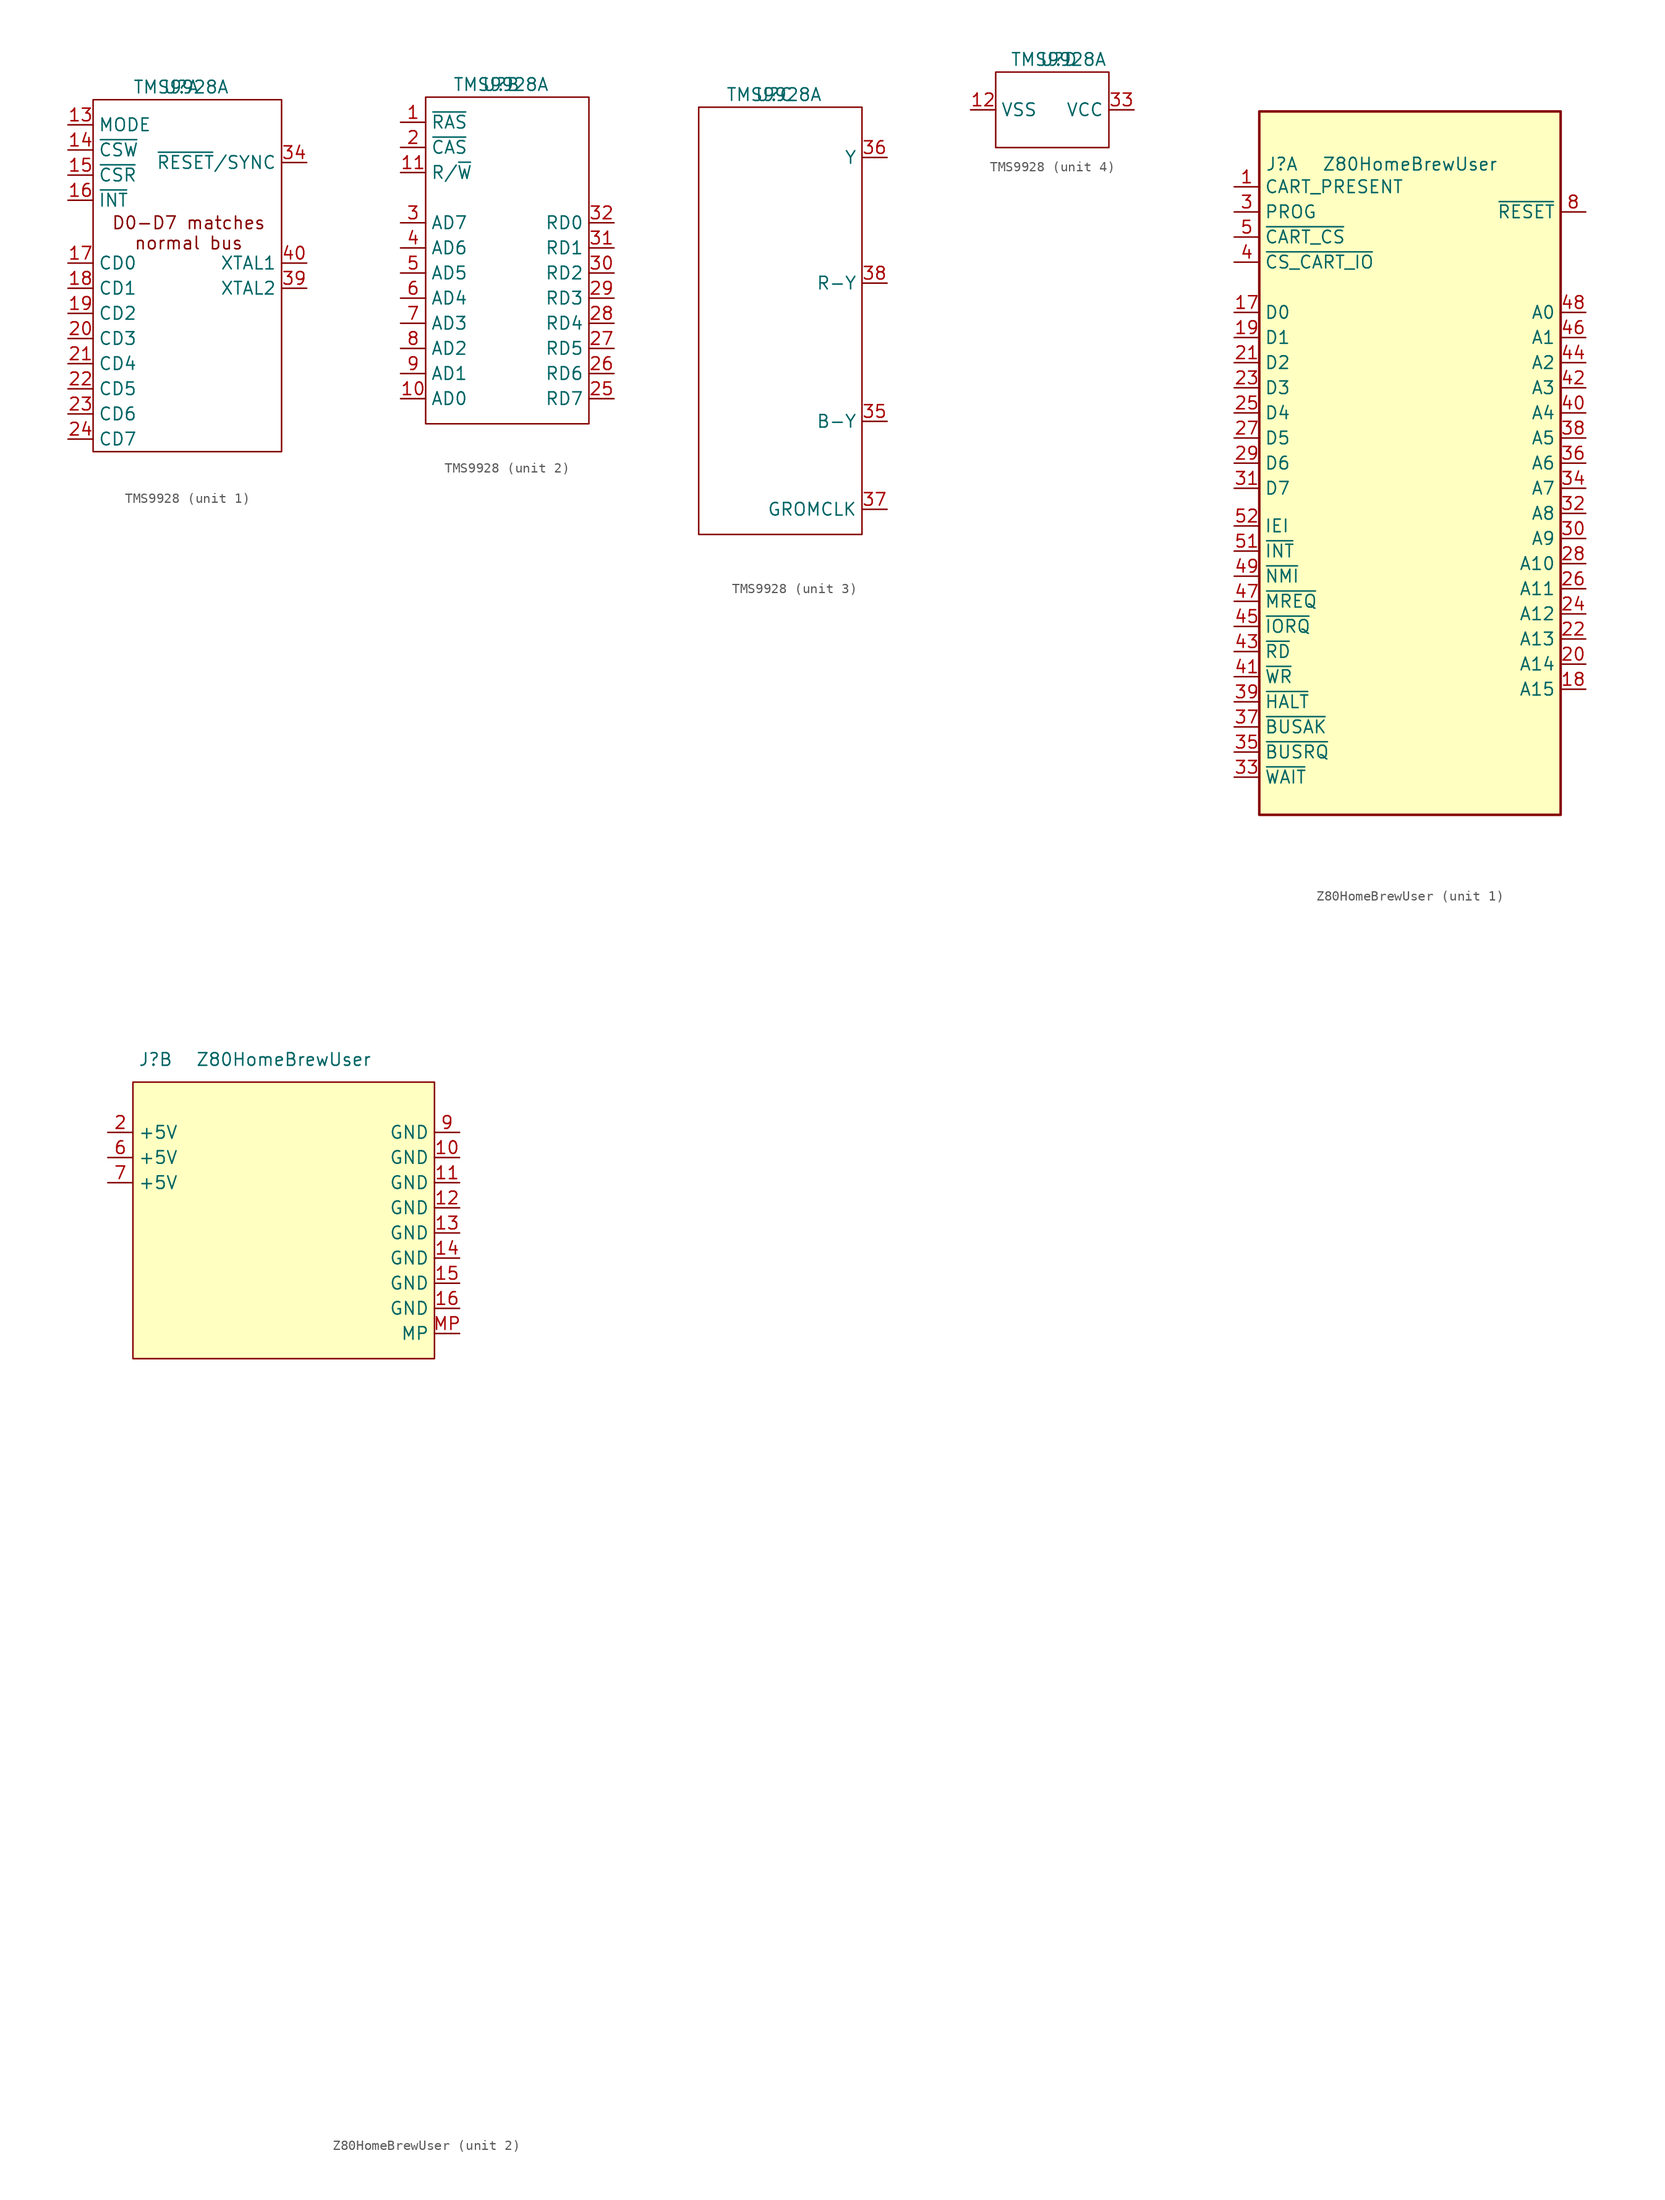
<source format=kicad_sym>
(kicad_symbol_lib
  (version 20241209)
  (generator "kicad_symbol_editor")
  (generator_version "9.0")
  (symbol "TMS9928"
    (property "Reference" "U"
      (at 0 0 0)
      (effects (font (size 1.27 1.27))))
    (property "Value" "TMS9928A"
      (at 0 0 0)
      (effects (font (size 1.27 1.27))))
    (property "ki_locked" ""
      (at 0 0 0)
      (effects (font (size 1.27 1.27))))
    (symbol "TMS9928_1_0"
      (pin input line (at -11.43 -3.81 0) (length 2.54) (name "MODE" (effects (font (size 1.27 1.27)))) (number "13" (effects (font (size 1.27 1.27)))))
      (pin input line (at -11.43 -6.35 0) (length 2.54) (name "~{CSW}" (effects (font (size 1.27 1.27)))) (number "14" (effects (font (size 1.27 1.27)))))
      (pin input line (at -11.43 -8.89 0) (length 2.54) (name "~{CSR}" (effects (font (size 1.27 1.27)))) (number "15" (effects (font (size 1.27 1.27)))))
      (pin open_collector line (at -11.43 -11.43 0) (length 2.54) (name "~{INT}" (effects (font (size 1.27 1.27)))) (number "16" (effects (font (size 1.27 1.27)))))
      (pin bidirectional line (at -11.43 -17.78 0) (length 2.54) (name "CD0" (effects (font (size 1.27 1.27)))) (number "17" (effects (font (size 1.27 1.27)))))
      (pin bidirectional line (at -11.43 -20.32 0) (length 2.54) (name "CD1" (effects (font (size 1.27 1.27)))) (number "18" (effects (font (size 1.27 1.27)))))
      (pin bidirectional line (at -11.43 -22.86 0) (length 2.54) (name "CD2" (effects (font (size 1.27 1.27)))) (number "19" (effects (font (size 1.27 1.27)))))
      (pin bidirectional line (at -11.43 -25.4 0) (length 2.54) (name "CD3" (effects (font (size 1.27 1.27)))) (number "20" (effects (font (size 1.27 1.27)))))
      (pin bidirectional line (at -11.43 -27.94 0) (length 2.54) (name "CD4" (effects (font (size 1.27 1.27)))) (number "21" (effects (font (size 1.27 1.27)))))
      (pin bidirectional line (at -11.43 -30.48 0) (length 2.54) (name "CD5" (effects (font (size 1.27 1.27)))) (number "22" (effects (font (size 1.27 1.27)))))
      (pin bidirectional line (at -11.43 -33.02 0) (length 2.54) (name "CD6" (effects (font (size 1.27 1.27)))) (number "23" (effects (font (size 1.27 1.27)))))
      (pin bidirectional line (at -11.43 -35.56 0) (length 2.54) (name "CD7" (effects (font (size 1.27 1.27)))) (number "24" (effects (font (size 1.27 1.27)))))
      (pin input line (at 12.7 -7.62 180) (length 2.54) (name "~{RESET}/SYNC" (effects (font (size 1.27 1.27)))) (number "34" (effects (font (size 1.27 1.27)))))
      (pin input line (at 12.7 -17.78 180) (length 2.54) (name "XTAL1" (effects (font (size 1.27 1.27)))) (number "40" (effects (font (size 1.27 1.27)))))
      (pin input line (at 12.7 -20.32 180) (length 2.54) (name "XTAL2" (effects (font (size 1.27 1.27)))) (number "39" (effects (font (size 1.27 1.27))))))
    (symbol "TMS9928_1_1"
      (rectangle (start -8.89 -1.27) (end 10.16 -36.83) (stroke (width 0) (type solid)) (fill (type none)))
      (text "D0-D7 matches\nnormal bus" (at 0.762 -14.732 0) (effects (font (size 1.27 1.27)))))
    (symbol "TMS9928_2_0"
      (pin output line (at -10.16 -3.81 0) (length 2.54) (name "~{RAS}" (effects (font (size 1.27 1.27)))) (number "1" (effects (font (size 1.27 1.27)))))
      (pin output line (at -10.16 -6.35 0) (length 2.54) (name "~{CAS}" (effects (font (size 1.27 1.27)))) (number "2" (effects (font (size 1.27 1.27)))))
      (pin output line (at -10.16 -8.89 0) (length 2.54) (name "R/~{W}" (effects (font (size 1.27 1.27)))) (number "11" (effects (font (size 1.27 1.27)))))
      (pin output line (at -10.16 -13.97 0) (length 2.54) (name "AD7" (effects (font (size 1.27 1.27)))) (number "3" (effects (font (size 1.27 1.27)))))
      (pin output line (at -10.16 -16.51 0) (length 2.54) (name "AD6" (effects (font (size 1.27 1.27)))) (number "4" (effects (font (size 1.27 1.27)))))
      (pin output line (at -10.16 -19.05 0) (length 2.54) (name "AD5" (effects (font (size 1.27 1.27)))) (number "5" (effects (font (size 1.27 1.27)))))
      (pin output line (at -10.16 -21.59 0) (length 2.54) (name "AD4" (effects (font (size 1.27 1.27)))) (number "6" (effects (font (size 1.27 1.27)))))
      (pin output line (at -10.16 -24.13 0) (length 2.54) (name "AD3" (effects (font (size 1.27 1.27)))) (number "7" (effects (font (size 1.27 1.27)))))
      (pin output line (at -10.16 -26.67 0) (length 2.54) (name "AD2" (effects (font (size 1.27 1.27)))) (number "8" (effects (font (size 1.27 1.27)))))
      (pin output line (at -10.16 -29.21 0) (length 2.54) (name "AD1" (effects (font (size 1.27 1.27)))) (number "9" (effects (font (size 1.27 1.27)))))
      (pin output line (at -10.16 -31.75 0) (length 2.54) (name "AD0" (effects (font (size 1.27 1.27)))) (number "10" (effects (font (size 1.27 1.27)))))
      (pin input line (at 11.43 -13.97 180) (length 2.54) (name "RD0" (effects (font (size 1.27 1.27)))) (number "32" (effects (font (size 1.27 1.27)))))
      (pin input line (at 11.43 -16.51 180) (length 2.54) (name "RD1" (effects (font (size 1.27 1.27)))) (number "31" (effects (font (size 1.27 1.27)))))
      (pin input line (at 11.43 -19.05 180) (length 2.54) (name "RD2" (effects (font (size 1.27 1.27)))) (number "30" (effects (font (size 1.27 1.27)))))
      (pin input line (at 11.43 -21.59 180) (length 2.54) (name "RD3" (effects (font (size 1.27 1.27)))) (number "29" (effects (font (size 1.27 1.27)))))
      (pin input line (at 11.43 -24.13 180) (length 2.54) (name "RD4" (effects (font (size 1.27 1.27)))) (number "28" (effects (font (size 1.27 1.27)))))
      (pin input line (at 11.43 -26.67 180) (length 2.54) (name "RD5" (effects (font (size 1.27 1.27)))) (number "27" (effects (font (size 1.27 1.27)))))
      (pin input line (at 11.43 -29.21 180) (length 2.54) (name "RD6" (effects (font (size 1.27 1.27)))) (number "26" (effects (font (size 1.27 1.27)))))
      (pin input line (at 11.43 -31.75 180) (length 2.54) (name "RD7" (effects (font (size 1.27 1.27)))) (number "25" (effects (font (size 1.27 1.27))))))
    (symbol "TMS9928_2_1"
      (rectangle (start -7.62 -1.27) (end 8.89 -34.29) (stroke (width 0) (type solid)) (fill (type none))))
    (symbol "TMS9928_3_0"
      (pin output line (at 11.43 -6.35 180) (length 2.54) (name "Y" (effects (font (size 1.27 1.27)))) (number "36" (effects (font (size 1.27 1.27)))))
      (pin output line (at 11.43 -19.05 180) (length 2.54) (name "R-Y" (effects (font (size 1.27 1.27)))) (number "38" (effects (font (size 1.27 1.27)))))
      (pin output line (at 11.43 -33.02 180) (length 2.54) (name "B-Y" (effects (font (size 1.27 1.27)))) (number "35" (effects (font (size 1.27 1.27)))))
      (pin output line (at 11.43 -41.91 180) (length 2.54) (name "GROMCLK" (effects (font (size 1.27 1.27)))) (number "37" (effects (font (size 1.27 1.27))))))
    (symbol "TMS9928_3_1"
      (rectangle (start -7.62 -1.27) (end 8.89 -44.45) (stroke (width 0) (type default)) (fill (type none))))
    (symbol "TMS9928_4_0"
      (pin power_out line (at -8.89 -5.08 0) (length 2.54) (name "VSS" (effects (font (size 1.27 1.27)))) (number "12" (effects (font (size 1.27 1.27)))))
      (pin power_out line (at 7.62 -5.08 180) (length 2.54) (name "VCC" (effects (font (size 1.27 1.27)))) (number "33" (effects (font (size 1.27 1.27))))))
    (symbol "TMS9928_4_1"
      (rectangle (start -6.35 -1.27) (end 5.08 -8.89) (stroke (width 0) (type default)) (fill (type none)))))
  (symbol "Z80HomeBrewUser"
    (property "Reference" "J"
      (at -12.954 25.146 0)
      (effects (font (size 1.27 1.27))))
    (property "Value" "Z80HomeBrewUser"
      (at 0 25.146 0)
      (effects (font (size 1.27 1.27))))
    (property "ki_locked" ""
      (at 0 0 0)
      (effects (font (size 1.27 1.27))))
    (symbol "Z80HomeBrewUser_1_1"
      (rectangle (start -15.24 30.48) (end 15.24 -40.64) (stroke (width 0.254) (type solid)) (fill (type background)))
      (pin output line (at -17.78 22.86 0) (length 2.54) (name "CART_PRESENT" (effects (font (size 1.27 1.27)))) (number "1" (effects (font (size 1.27 1.27)))))
      (pin output line (at -17.78 20.32 0) (length 2.54) (name "PROG" (effects (font (size 1.27 1.27)))) (number "3" (effects (font (size 1.27 1.27)))))
      (pin input line (at -17.78 17.78 0) (length 2.54) (name "~{CART_CS}" (effects (font (size 1.27 1.27)))) (number "5" (effects (font (size 1.27 1.27)))))
      (pin input line (at -17.78 15.24 0) (length 2.54) (name "~{CS_CART_IO}" (effects (font (size 1.27 1.27)))) (number "4" (effects (font (size 1.27 1.27)))))
      (pin bidirectional line (at -17.78 10.16 0) (length 2.54) (name "D0" (effects (font (size 1.27 1.27)))) (number "17" (effects (font (size 1.27 1.27)))))
      (pin bidirectional line (at -17.78 7.62 0) (length 2.54) (name "D1" (effects (font (size 1.27 1.27)))) (number "19" (effects (font (size 1.27 1.27)))))
      (pin bidirectional line (at -17.78 5.08 0) (length 2.54) (name "D2" (effects (font (size 1.27 1.27)))) (number "21" (effects (font (size 1.27 1.27)))))
      (pin bidirectional line (at -17.78 2.54 0) (length 2.54) (name "D3" (effects (font (size 1.27 1.27)))) (number "23" (effects (font (size 1.27 1.27)))))
      (pin bidirectional line (at -17.78 0 0) (length 2.54) (name "D4" (effects (font (size 1.27 1.27)))) (number "25" (effects (font (size 1.27 1.27)))))
      (pin bidirectional line (at -17.78 -2.54 0) (length 2.54) (name "D5" (effects (font (size 1.27 1.27)))) (number "27" (effects (font (size 1.27 1.27)))))
      (pin bidirectional line (at -17.78 -5.08 0) (length 2.54) (name "D6" (effects (font (size 1.27 1.27)))) (number "29" (effects (font (size 1.27 1.27)))))
      (pin bidirectional line (at -17.78 -7.62 0) (length 2.54) (name "D7" (effects (font (size 1.27 1.27)))) (number "31" (effects (font (size 1.27 1.27)))))
      (pin input line (at -17.78 -11.43 0) (length 2.54) (name "IEI" (effects (font (size 1.27 1.27)))) (number "52" (effects (font (size 1.27 1.27)))))
      (pin open_collector line (at -17.78 -13.97 0) (length 2.54) (name "~{INT}" (effects (font (size 1.27 1.27)))) (number "51" (effects (font (size 1.27 1.27)))))
      (pin open_collector line (at -17.78 -16.51 0) (length 2.54) (name "~{NMI}" (effects (font (size 1.27 1.27)))) (number "49" (effects (font (size 1.27 1.27)))))
      (pin input line (at -17.78 -19.05 0) (length 2.54) (name "~{MREQ}" (effects (font (size 1.27 1.27)))) (number "47" (effects (font (size 1.27 1.27)))))
      (pin input line (at -17.78 -21.59 0) (length 2.54) (name "~{IORQ}" (effects (font (size 1.27 1.27)))) (number "45" (effects (font (size 1.27 1.27)))))
      (pin input line (at -17.78 -24.13 0) (length 2.54) (name "~{RD}" (effects (font (size 1.27 1.27)))) (number "43" (effects (font (size 1.27 1.27)))))
      (pin input line (at -17.78 -26.67 0) (length 2.54) (name "~{WR}" (effects (font (size 1.27 1.27)))) (number "41" (effects (font (size 1.27 1.27)))))
      (pin input line (at -17.78 -29.21 0) (length 2.54) (name "~{HALT}" (effects (font (size 1.27 1.27)))) (number "39" (effects (font (size 1.27 1.27)))))
      (pin input line (at -17.78 -31.75 0) (length 2.54) (name "~{BUSAK}" (effects (font (size 1.27 1.27)))) (number "37" (effects (font (size 1.27 1.27)))))
      (pin open_collector line (at -17.78 -34.29 0) (length 2.54) (name "~{BUSRQ}" (effects (font (size 1.27 1.27)))) (number "35" (effects (font (size 1.27 1.27)))))
      (pin open_collector line (at -17.78 -36.83 0) (length 2.54) (name "~{WAIT}" (effects (font (size 1.27 1.27)))) (number "33" (effects (font (size 1.27 1.27)))))
      (pin input line (at 17.78 20.32 180) (length 2.54) (name "~{RESET}" (effects (font (size 1.27 1.27)))) (number "8" (effects (font (size 1.27 1.27)))))
      (pin input line (at 17.78 10.16 180) (length 2.54) (name "A0" (effects (font (size 1.27 1.27)))) (number "48" (effects (font (size 1.27 1.27)))))
      (pin input line (at 17.78 7.62 180) (length 2.54) (name "A1" (effects (font (size 1.27 1.27)))) (number "46" (effects (font (size 1.27 1.27)))))
      (pin input line (at 17.78 5.08 180) (length 2.54) (name "A2" (effects (font (size 1.27 1.27)))) (number "44" (effects (font (size 1.27 1.27)))))
      (pin input line (at 17.78 2.54 180) (length 2.54) (name "A3" (effects (font (size 1.27 1.27)))) (number "42" (effects (font (size 1.27 1.27)))))
      (pin input line (at 17.78 0 180) (length 2.54) (name "A4" (effects (font (size 1.27 1.27)))) (number "40" (effects (font (size 1.27 1.27)))))
      (pin input line (at 17.78 -2.54 180) (length 2.54) (name "A5" (effects (font (size 1.27 1.27)))) (number "38" (effects (font (size 1.27 1.27)))))
      (pin input line (at 17.78 -5.08 180) (length 2.54) (name "A6" (effects (font (size 1.27 1.27)))) (number "36" (effects (font (size 1.27 1.27)))))
      (pin input line (at 17.78 -7.62 180) (length 2.54) (name "A7" (effects (font (size 1.27 1.27)))) (number "34" (effects (font (size 1.27 1.27)))))
      (pin input line (at 17.78 -10.16 180) (length 2.54) (name "A8" (effects (font (size 1.27 1.27)))) (number "32" (effects (font (size 1.27 1.27)))))
      (pin input line (at 17.78 -12.7 180) (length 2.54) (name "A9" (effects (font (size 1.27 1.27)))) (number "30" (effects (font (size 1.27 1.27)))))
      (pin input line (at 17.78 -15.24 180) (length 2.54) (name "A10" (effects (font (size 1.27 1.27)))) (number "28" (effects (font (size 1.27 1.27)))))
      (pin input line (at 17.78 -17.78 180) (length 2.54) (name "A11" (effects (font (size 1.27 1.27)))) (number "26" (effects (font (size 1.27 1.27)))))
      (pin input line (at 17.78 -20.32 180) (length 2.54) (name "A12" (effects (font (size 1.27 1.27)))) (number "24" (effects (font (size 1.27 1.27)))))
      (pin input line (at 17.78 -22.86 180) (length 2.54) (name "A13" (effects (font (size 1.27 1.27)))) (number "22" (effects (font (size 1.27 1.27)))))
      (pin input line (at 17.78 -25.4 180) (length 2.54) (name "A14" (effects (font (size 1.27 1.27)))) (number "20" (effects (font (size 1.27 1.27)))))
      (pin input line (at 17.78 -27.94 180) (length 2.54) (name "A15" (effects (font (size 1.27 1.27)))) (number "18" (effects (font (size 1.27 1.27))))))
    (symbol "Z80HomeBrewUser_2_1"
      (rectangle (start -15.24 22.86) (end 15.24 -5.08) (stroke (width 0) (type default)) (fill (type background)))
      (pin power_in line (at -17.78 17.78 0) (length 2.54) (name "+5V" (effects (font (size 1.27 1.27)))) (number "2" (effects (font (size 1.27 1.27)))))
      (pin power_in line (at -17.78 15.24 0) (length 2.54) (name "+5V" (effects (font (size 1.27 1.27)))) (number "6" (effects (font (size 1.27 1.27)))))
      (pin power_in line (at -17.78 12.7 0) (length 2.54) (name "+5V" (effects (font (size 1.27 1.27)))) (number "7" (effects (font (size 1.27 1.27)))))
      (pin passive line (at 17.78 17.78 180) (length 2.54) (name "GND" (effects (font (size 1.27 1.27)))) (number "9" (effects (font (size 1.27 1.27)))))
      (pin passive line (at 17.78 15.24 180) (length 2.54) (name "GND" (effects (font (size 1.27 1.27)))) (number "10" (effects (font (size 1.27 1.27)))))
      (pin passive line (at 17.78 12.7 180) (length 2.54) (name "GND" (effects (font (size 1.27 1.27)))) (number "11" (effects (font (size 1.27 1.27)))))
      (pin passive line (at 17.78 10.16 180) (length 2.54) (name "GND" (effects (font (size 1.27 1.27)))) (number "12" (effects (font (size 1.27 1.27)))))
      (pin passive line (at 17.78 7.62 180) (length 2.54) (name "GND" (effects (font (size 1.27 1.27)))) (number "13" (effects (font (size 1.27 1.27)))))
      (pin passive line (at 17.78 5.08 180) (length 2.54) (name "GND" (effects (font (size 1.27 1.27)))) (number "14" (effects (font (size 1.27 1.27)))))
      (pin passive line (at 17.78 2.54 180) (length 2.54) (name "GND" (effects (font (size 1.27 1.27)))) (number "15" (effects (font (size 1.27 1.27)))))
      (pin passive line (at 17.78 0 180) (length 2.54) (name "GND" (effects (font (size 1.27 1.27)))) (number "16" (effects (font (size 1.27 1.27)))))
      (pin passive line (at 17.78 -2.54 180) (length 2.54) (name "MP" (effects (font (size 1.27 1.27)))) (number "MP" (effects (font (size 1.27 1.27)))))
      (pin no_connect line (at 46.99 -73.66 90) (length 2.54) (hide yes) (name "NC" (effects (font (size 1.27 1.27)))) (number "50" (effects (font (size 1.27 1.27))))))))
</source>
